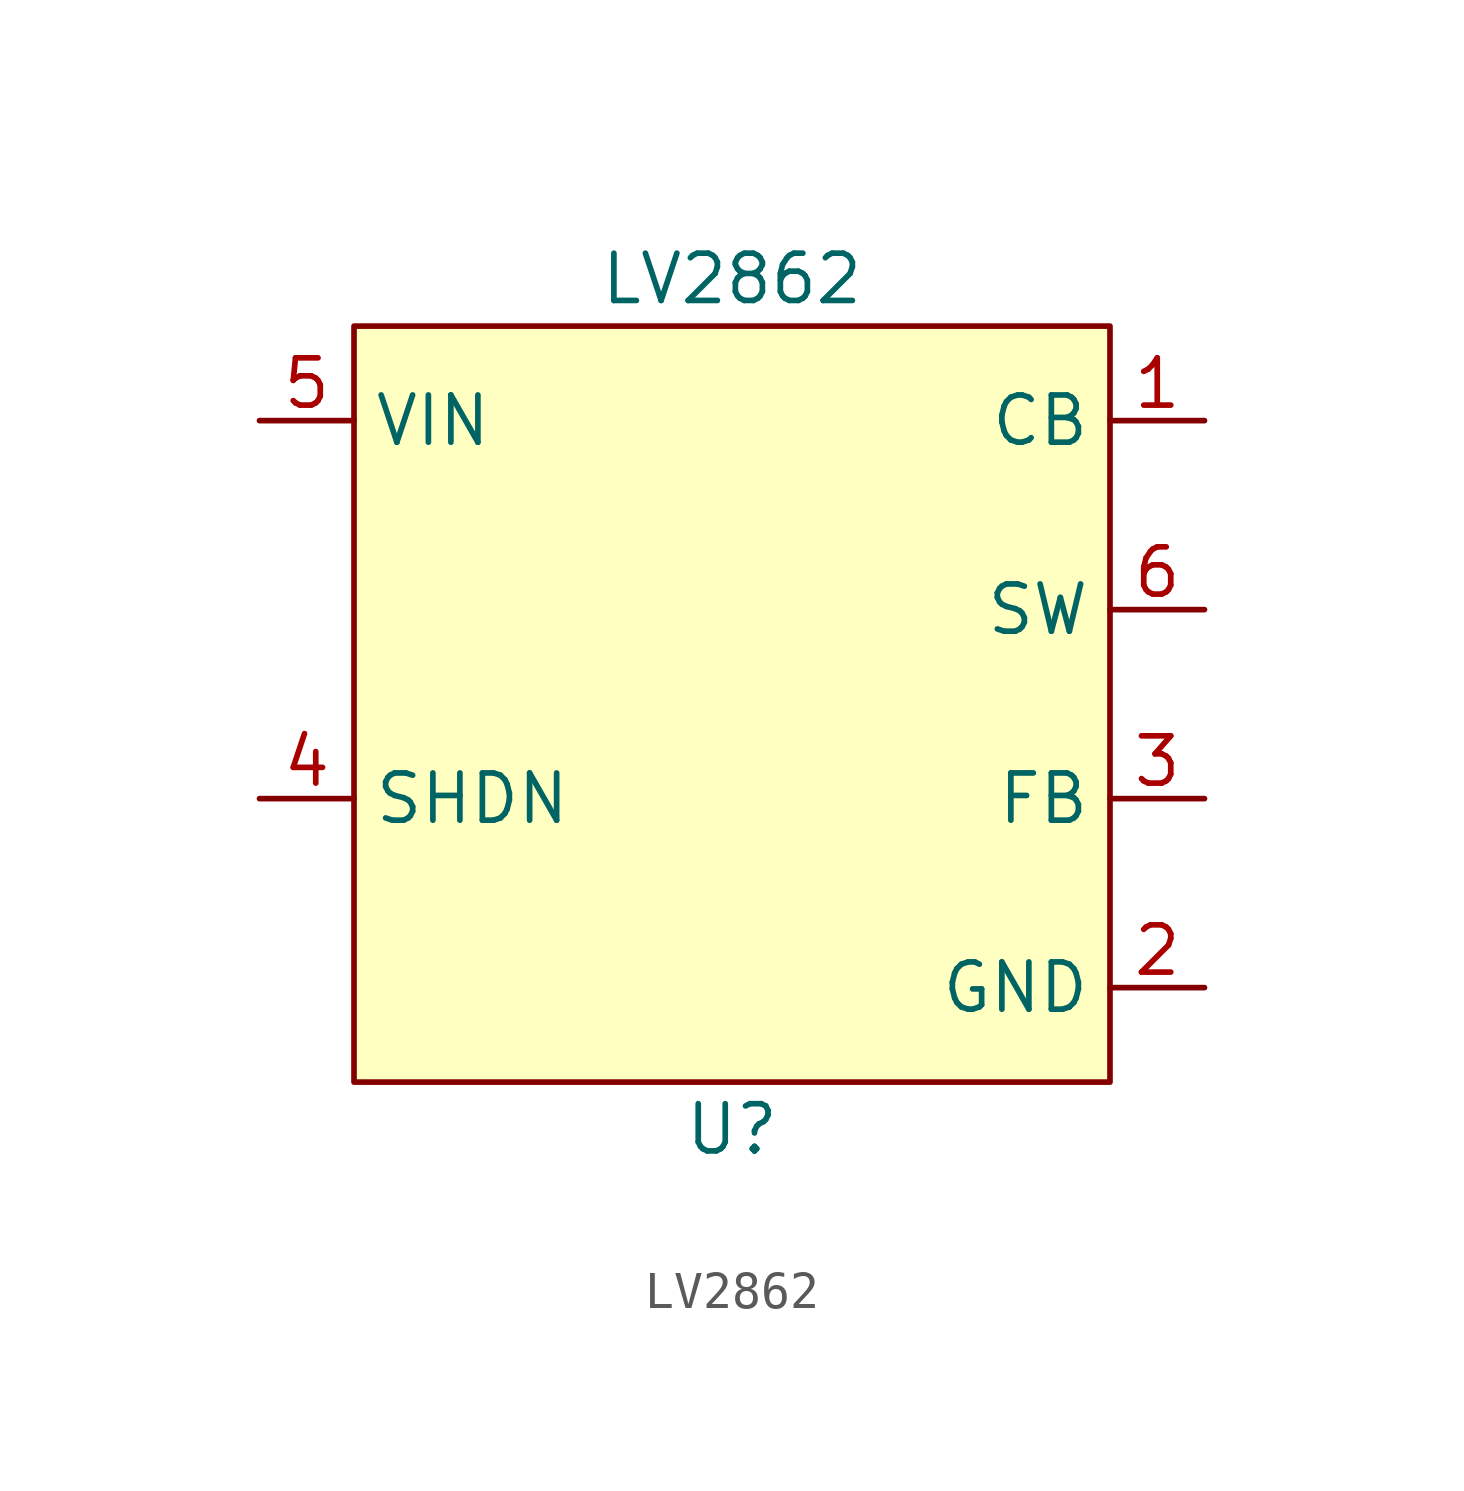
<source format=kicad_sym>
(kicad_symbol_lib
  (version 20211014)
  (generator kicad_symbol_editor)
  (symbol "LV2862"
    (property "Reference" "U"
      (at 0 -21.59 0)
      (effects (font (size 1.27 1.27))))
    (property "Value" "LV2862"
      (at 0 1.27 0)
      (effects (font (size 1.27 1.27))))
    (symbol "LV2862_0_1"
      (rectangle (start 10.16 0) (end -10.16 -20.32) (stroke (width 0) (type default) (color 0 0 0 0)) (fill (type background))))
    (symbol "LV2862_1_1"
      (pin passive line (at 12.7 -2.54 180) (length 2.54) (name "CB" (effects (font (size 1.27 1.27)))) (number "1" (effects (font (size 1.27 1.27)))))
      (pin power_in line (at 12.7 -17.78 180) (length 2.54) (name "GND" (effects (font (size 1.27 1.27)))) (number "2" (effects (font (size 1.27 1.27)))))
      (pin passive line (at 12.7 -12.7 180) (length 2.54) (name "FB" (effects (font (size 1.27 1.27)))) (number "3" (effects (font (size 1.27 1.27)))))
      (pin input line (at -12.7 -12.7 0) (length 2.54) (name "SHDN" (effects (font (size 1.27 1.27)))) (number "4" (effects (font (size 1.27 1.27)))))
      (pin power_in line (at -12.7 -2.54 0) (length 2.54) (name "VIN" (effects (font (size 1.27 1.27)))) (number "5" (effects (font (size 1.27 1.27)))))
      (pin passive line (at 12.7 -7.62 180) (length 2.54) (name "SW" (effects (font (size 1.27 1.27)))) (number "6" (effects (font (size 1.27 1.27))))))))
</source>
